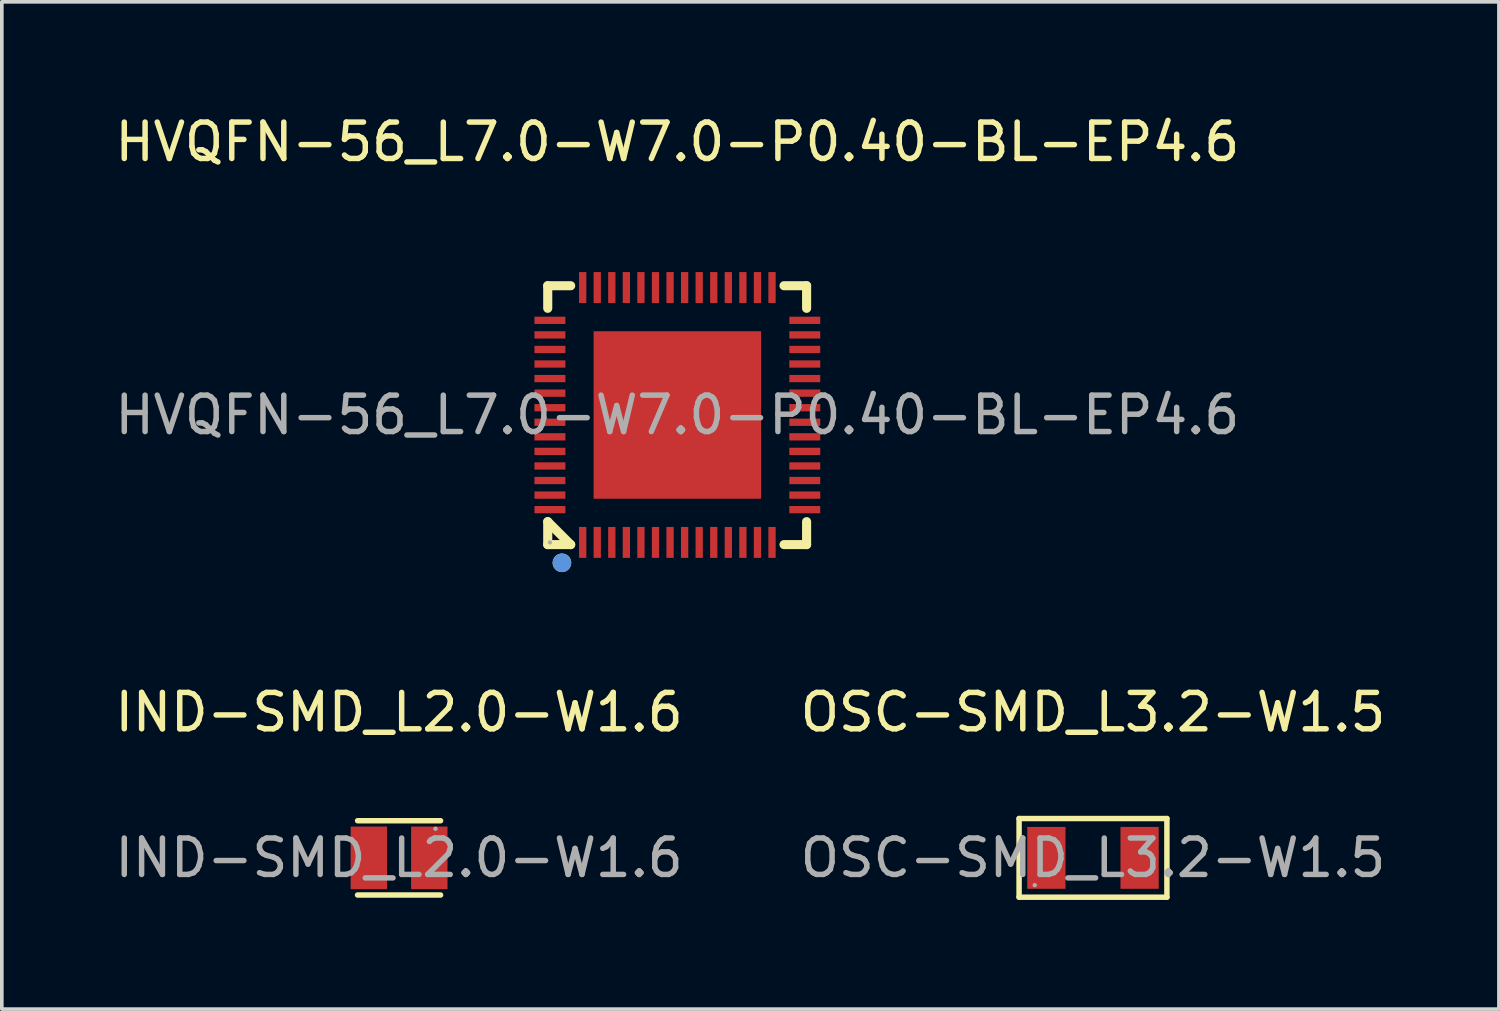
<source format=kicad_pcb>
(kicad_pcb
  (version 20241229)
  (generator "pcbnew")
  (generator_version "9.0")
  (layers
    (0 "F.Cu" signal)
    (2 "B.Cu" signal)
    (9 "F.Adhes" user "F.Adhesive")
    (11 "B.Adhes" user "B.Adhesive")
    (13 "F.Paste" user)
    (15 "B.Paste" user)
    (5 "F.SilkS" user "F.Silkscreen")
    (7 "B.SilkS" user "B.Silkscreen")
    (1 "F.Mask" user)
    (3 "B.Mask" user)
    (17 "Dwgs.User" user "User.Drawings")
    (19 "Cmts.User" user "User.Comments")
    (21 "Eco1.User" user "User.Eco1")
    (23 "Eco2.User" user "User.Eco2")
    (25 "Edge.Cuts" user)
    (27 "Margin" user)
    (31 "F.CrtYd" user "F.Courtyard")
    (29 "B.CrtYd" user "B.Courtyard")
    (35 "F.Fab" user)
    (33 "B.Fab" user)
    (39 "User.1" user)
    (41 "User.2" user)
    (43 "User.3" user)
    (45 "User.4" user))
  (footprint "HVQFN-56_L7.0-W7.0-P0.40-BL-EP4.6"
    (layer "F.Cu")
    (at 15.554 8.348)
    (property "Reference" "HVQFN-56_L7.0-W7.0-P0.40-BL-EP4.6" (at 0 -7.5 0) (layer "F.SilkS") (effects (font (size 1 1) (thickness 0.15))))
    (attr smd)
    (fp_line (start -3.56 -3.55) (end -3.56 -2.93) (stroke (width 0.25) (type solid)) (layer "F.SilkS"))
    (fp_line (start -3.56 2.93) (end -3.56 3.56) (stroke (width 0.25) (type solid)) (layer "F.SilkS"))
    (fp_line (start -3.56 2.93) (end -2.93 3.56) (stroke (width 0.25) (type solid)) (layer "F.SilkS"))
    (fp_line (start -3.56 3.56) (end -2.93 3.56) (stroke (width 0.25) (type solid)) (layer "F.SilkS"))
    (fp_line (start -2.93 -3.55) (end -3.56 -3.55) (stroke (width 0.25) (type solid)) (layer "F.SilkS"))
    (fp_line (start 2.93 3.56) (end 3.55 3.56) (stroke (width 0.25) (type solid)) (layer "F.SilkS"))
    (fp_line (start 3.55 -3.55) (end 2.93 -3.55) (stroke (width 0.25) (type solid)) (layer "F.SilkS"))
    (fp_line (start 3.55 -2.93) (end 3.55 -3.55) (stroke (width 0.25) (type solid)) (layer "F.SilkS"))
    (fp_line (start 3.55 3.56) (end 3.55 2.93) (stroke (width 0.25) (type solid)) (layer "F.SilkS"))
    (fp_circle (center -3.17 4.06) (end -3.04 4.06) (stroke (width 0.25) (type solid)) (fill no) (layer "F.SilkS"))
    (fp_circle (center -3.17 4.06) (end -3.04 4.06) (stroke (width 0.25) (type solid)) (fill no) (layer "Cmts.User"))
    (fp_circle (center -3.5 3.5) (end -3.47 3.5) (stroke (width 0.06) (type solid)) (fill no) (layer "F.Fab"))
    (fp_text user "${REFERENCE}" (at 0 0 0) (layer "F.Fab") (effects (font (size 1 1) (thickness 0.15))))
    (pad "1" smd rect (at -2.6 3.5 270) (size 0.85 0.2) (layers "F.Cu" "F.Mask" "F.Paste"))
    (pad "2" smd rect (at -2.2 3.5 270) (size 0.85 0.2) (layers "F.Cu" "F.Mask" "F.Paste"))
    (pad "3" smd rect (at -1.8 3.5 270) (size 0.85 0.2) (layers "F.Cu" "F.Mask" "F.Paste"))
    (pad "4" smd rect (at -1.4 3.5 270) (size 0.85 0.2) (layers "F.Cu" "F.Mask" "F.Paste"))
    (pad "5" smd rect (at -1 3.5 270) (size 0.85 0.2) (layers "F.Cu" "F.Mask" "F.Paste"))
    (pad "6" smd rect (at -0.6 3.5 270) (size 0.85 0.2) (layers "F.Cu" "F.Mask" "F.Paste"))
    (pad "7" smd rect (at -0.2 3.5 270) (size 0.85 0.2) (layers "F.Cu" "F.Mask" "F.Paste"))
    (pad "8" smd rect (at 0.2 3.5 270) (size 0.85 0.2) (layers "F.Cu" "F.Mask" "F.Paste"))
    (pad "9" smd rect (at 0.6 3.5 270) (size 0.85 0.2) (layers "F.Cu" "F.Mask" "F.Paste"))
    (pad "10" smd rect (at 1 3.5 270) (size 0.85 0.2) (layers "F.Cu" "F.Mask" "F.Paste"))
    (pad "11" smd rect (at 1.4 3.5 270) (size 0.85 0.2) (layers "F.Cu" "F.Mask" "F.Paste"))
    (pad "12" smd rect (at 1.8 3.5 270) (size 0.85 0.2) (layers "F.Cu" "F.Mask" "F.Paste"))
    (pad "13" smd rect (at 2.2 3.5 270) (size 0.85 0.2) (layers "F.Cu" "F.Mask" "F.Paste"))
    (pad "14" smd rect (at 2.6 3.5 270) (size 0.85 0.2) (layers "F.Cu" "F.Mask" "F.Paste"))
    (pad "15" smd rect (at 3.5 2.6) (size 0.85 0.2) (layers "F.Cu" "F.Mask" "F.Paste"))
    (pad "16" smd rect (at 3.5 2.2) (size 0.85 0.2) (layers "F.Cu" "F.Mask" "F.Paste"))
    (pad "17" smd rect (at 3.5 1.8) (size 0.85 0.2) (layers "F.Cu" "F.Mask" "F.Paste"))
    (pad "18" smd rect (at 3.5 1.4) (size 0.85 0.2) (layers "F.Cu" "F.Mask" "F.Paste"))
    (pad "19" smd rect (at 3.5 1) (size 0.85 0.2) (layers "F.Cu" "F.Mask" "F.Paste"))
    (pad "20" smd rect (at 3.5 0.6) (size 0.85 0.2) (layers "F.Cu" "F.Mask" "F.Paste"))
    (pad "21" smd rect (at 3.5 0.2) (size 0.85 0.2) (layers "F.Cu" "F.Mask" "F.Paste"))
    (pad "22" smd rect (at 3.5 -0.2) (size 0.85 0.2) (layers "F.Cu" "F.Mask" "F.Paste"))
    (pad "23" smd rect (at 3.5 -0.6) (size 0.85 0.2) (layers "F.Cu" "F.Mask" "F.Paste"))
    (pad "24" smd rect (at 3.5 -1) (size 0.85 0.2) (layers "F.Cu" "F.Mask" "F.Paste"))
    (pad "25" smd rect (at 3.5 -1.4) (size 0.85 0.2) (layers "F.Cu" "F.Mask" "F.Paste"))
    (pad "26" smd rect (at 3.5 -1.8) (size 0.85 0.2) (layers "F.Cu" "F.Mask" "F.Paste"))
    (pad "27" smd rect (at 3.5 -2.2) (size 0.85 0.2) (layers "F.Cu" "F.Mask" "F.Paste"))
    (pad "28" smd rect (at 3.5 -2.6) (size 0.85 0.2) (layers "F.Cu" "F.Mask" "F.Paste"))
    (pad "29" smd rect (at 2.6 -3.5 270) (size 0.85 0.2) (layers "F.Cu" "F.Mask" "F.Paste"))
    (pad "30" smd rect (at 2.2 -3.5 270) (size 0.85 0.2) (layers "F.Cu" "F.Mask" "F.Paste"))
    (pad "31" smd rect (at 1.8 -3.5 270) (size 0.85 0.2) (layers "F.Cu" "F.Mask" "F.Paste"))
    (pad "32" smd rect (at 1.4 -3.5 270) (size 0.85 0.2) (layers "F.Cu" "F.Mask" "F.Paste"))
    (pad "33" smd rect (at 1 -3.5 270) (size 0.85 0.2) (layers "F.Cu" "F.Mask" "F.Paste"))
    (pad "34" smd rect (at 0.6 -3.5 270) (size 0.85 0.2) (layers "F.Cu" "F.Mask" "F.Paste"))
    (pad "35" smd rect (at 0.2 -3.5 270) (size 0.85 0.2) (layers "F.Cu" "F.Mask" "F.Paste"))
    (pad "36" smd rect (at -0.2 -3.5 270) (size 0.85 0.2) (layers "F.Cu" "F.Mask" "F.Paste"))
    (pad "37" smd rect (at -0.6 -3.5 270) (size 0.85 0.2) (layers "F.Cu" "F.Mask" "F.Paste"))
    (pad "38" smd rect (at -1 -3.5 270) (size 0.85 0.2) (layers "F.Cu" "F.Mask" "F.Paste"))
    (pad "39" smd rect (at -1.4 -3.5 270) (size 0.85 0.2) (layers "F.Cu" "F.Mask" "F.Paste"))
    (pad "40" smd rect (at -1.8 -3.5 270) (size 0.85 0.2) (layers "F.Cu" "F.Mask" "F.Paste"))
    (pad "41" smd rect (at -2.2 -3.5 270) (size 0.85 0.2) (layers "F.Cu" "F.Mask" "F.Paste"))
    (pad "42" smd rect (at -2.6 -3.5 270) (size 0.85 0.2) (layers "F.Cu" "F.Mask" "F.Paste"))
    (pad "43" smd rect (at -3.5 -2.6) (size 0.85 0.2) (layers "F.Cu" "F.Mask" "F.Paste"))
    (pad "44" smd rect (at -3.5 -2.2) (size 0.85 0.2) (layers "F.Cu" "F.Mask" "F.Paste"))
    (pad "45" smd rect (at -3.5 -1.8) (size 0.85 0.2) (layers "F.Cu" "F.Mask" "F.Paste"))
    (pad "46" smd rect (at -3.5 -1.4) (size 0.85 0.2) (layers "F.Cu" "F.Mask" "F.Paste"))
    (pad "47" smd rect (at -3.5 -1) (size 0.85 0.2) (layers "F.Cu" "F.Mask" "F.Paste"))
    (pad "48" smd rect (at -3.5 -0.6) (size 0.85 0.2) (layers "F.Cu" "F.Mask" "F.Paste"))
    (pad "49" smd rect (at -3.5 -0.2) (size 0.85 0.2) (layers "F.Cu" "F.Mask" "F.Paste"))
    (pad "50" smd rect (at -3.5 0.2) (size 0.85 0.2) (layers "F.Cu" "F.Mask" "F.Paste"))
    (pad "51" smd rect (at -3.5 0.6) (size 0.85 0.2) (layers "F.Cu" "F.Mask" "F.Paste"))
    (pad "52" smd rect (at -3.5 1) (size 0.85 0.2) (layers "F.Cu" "F.Mask" "F.Paste"))
    (pad "53" smd rect (at -3.5 1.4) (size 0.85 0.2) (layers "F.Cu" "F.Mask" "F.Paste"))
    (pad "54" smd rect (at -3.5 1.8) (size 0.85 0.2) (layers "F.Cu" "F.Mask" "F.Paste"))
    (pad "55" smd rect (at -3.5 2.2) (size 0.85 0.2) (layers "F.Cu" "F.Mask" "F.Paste"))
    (pad "56" smd rect (at -3.5 2.6) (size 0.85 0.2) (layers "F.Cu" "F.Mask" "F.Paste"))
    (pad "57" smd rect (at 0 0 90) (size 4.6 4.6) (layers "F.Cu" "F.Mask" "F.Paste")))
  (footprint "IND-SMD_L2.0-W1.6"
    (layer "F.Cu")
    (at 7.911 20.512)
    (property "Reference" "IND-SMD_L2.0-W1.6" (at 0 -4 0) (layer "F.SilkS") (effects (font (size 1 1) (thickness 0.15))))
    (attr smd)
    (fp_line (start -1.14 -1.02) (end 1.14 -1.02) (stroke (width 0.15) (type solid)) (layer "F.SilkS"))
    (fp_line (start 1.14 1.02) (end -1.14 1.02) (stroke (width 0.15) (type solid)) (layer "F.SilkS"))
    (fp_circle (center 1 -0.8) (end 1.03 -0.8) (stroke (width 0.06) (type solid)) (fill no) (layer "F.Fab"))
    (fp_text user "${REFERENCE}" (at 0 0 0) (layer "F.Fab") (effects (font (size 1 1) (thickness 0.15))))
    (pad "1" smd rect (at 0.83 0) (size 1 1.72) (layers "F.Cu" "F.Mask" "F.Paste"))
    (pad "2" smd rect (at -0.83 0) (size 1 1.72) (layers "F.Cu" "F.Mask" "F.Paste")))
  (footprint "OSC-SMD_L3.2-W1.5"
    (layer "F.Cu")
    (at 26.97 20.512)
    (property "Reference" "OSC-SMD_L3.2-W1.5" (at 0 -4 0) (layer "F.SilkS") (effects (font (size 1 1) (thickness 0.15))))
    (attr smd)
    (fp_line (start -2.03 -1.08) (end 2.03 -1.08) (stroke (width 0.15) (type solid)) (layer "F.SilkS"))
    (fp_line (start -2.03 1.08) (end -2.03 -1.08) (stroke (width 0.15) (type solid)) (layer "F.SilkS"))
    (fp_line (start 2.03 -1.08) (end 2.03 1.08) (stroke (width 0.15) (type solid)) (layer "F.SilkS"))
    (fp_line (start 2.03 1.08) (end -2.03 1.08) (stroke (width 0.15) (type solid)) (layer "F.SilkS"))
    (fp_circle (center -1.6 0.75) (end -1.57 0.75) (stroke (width 0.06) (type solid)) (fill no) (layer "F.Fab"))
    (fp_text user "${REFERENCE}" (at 0 0 0) (layer "F.Fab") (effects (font (size 1 1) (thickness 0.15))))
    (pad "1" smd rect (at -1.28 0) (size 1.05 1.7) (layers "F.Cu" "F.Mask" "F.Paste"))
    (pad "2" smd rect (at 1.28 0) (size 1.05 1.7) (layers "F.Cu" "F.Mask" "F.Paste")))
  (gr_rect
    (start -3 -3)
    (end 38.119 24.666)
    (stroke (width 0.1) (type default))
    (fill no)
    (layer "Edge.Cuts")))
</source>
